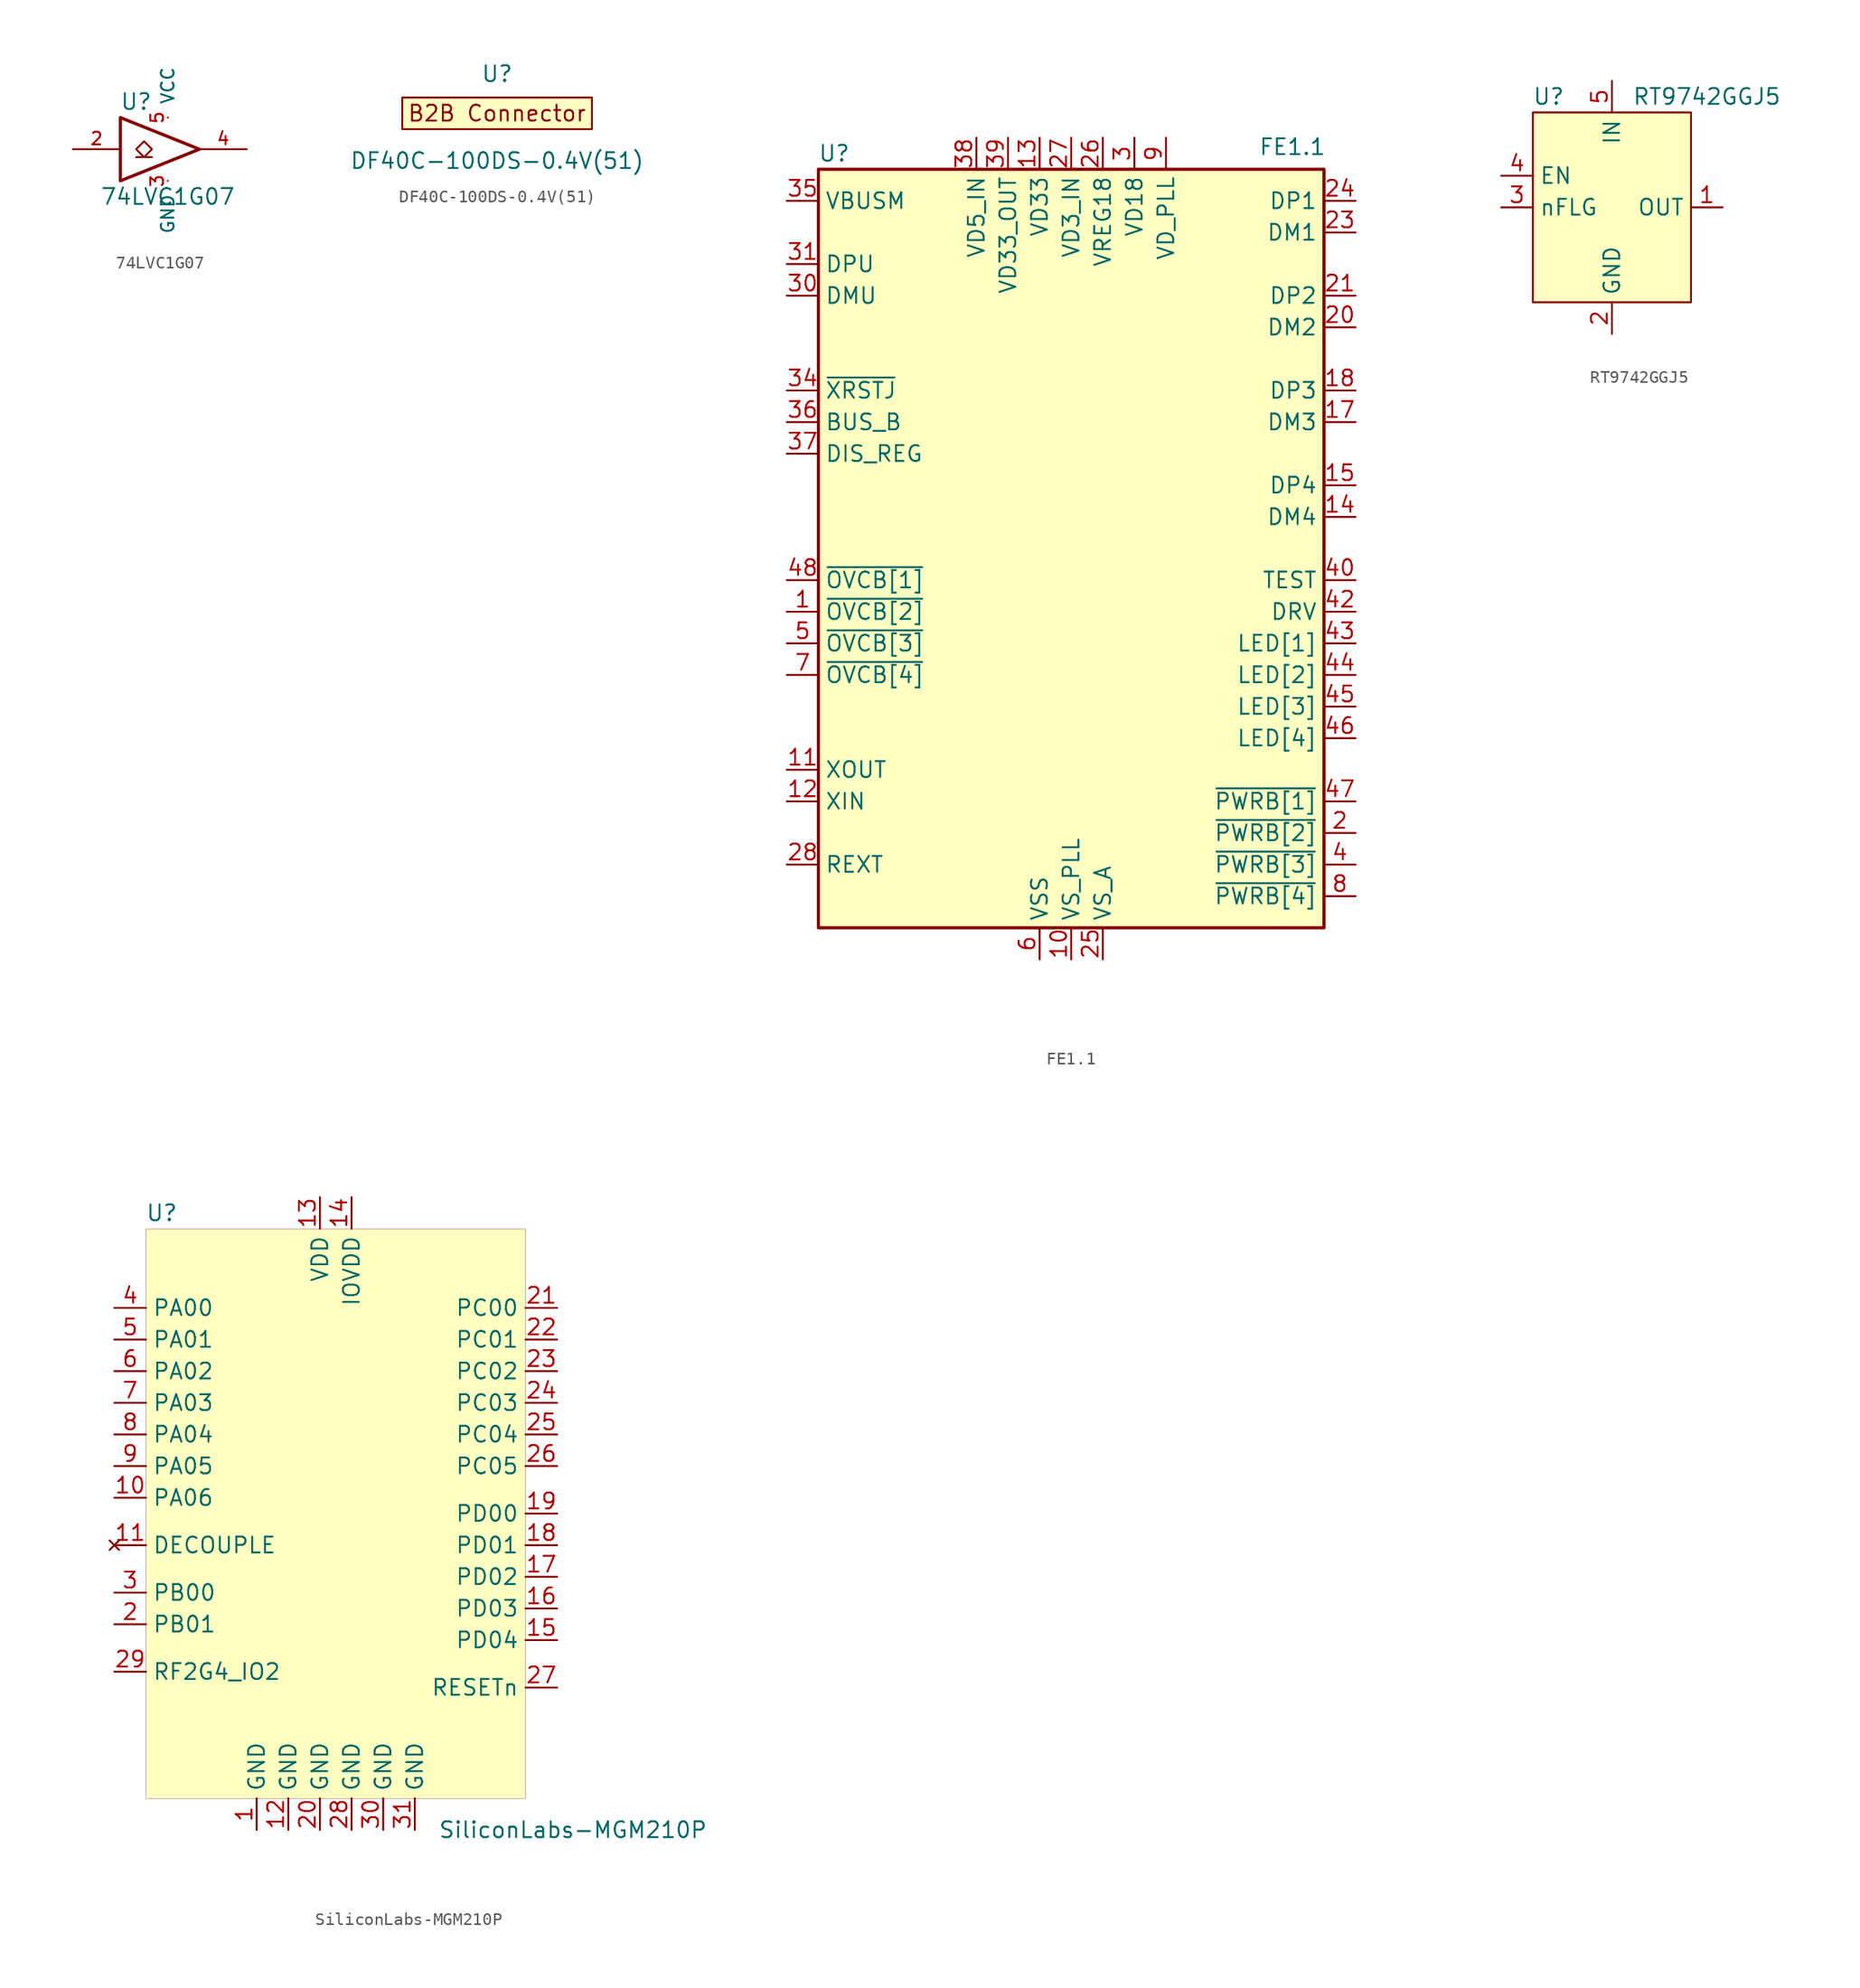
<source format=kicad_sym>
(kicad_symbol_lib
  (version 20231120)
  (generator "kicad_symbol_editor")
  (generator_version "8.0")
  (symbol "74LVC1G07"
    (pin_names
      (offset 1.016))
    (property "Reference" "U"
      (at -2.54 3.81 0)
      (effects (font (size 1.27 1.27))))
    (property "Value" "74LVC1G07"
      (at 0 -3.81 0)
      (effects (font (size 1.27 1.27))))
    (symbol "74LVC1G07_0_1"
      (polyline (pts (xy -2.54 -0.635) (xy -1.27 -0.635)) (stroke (width 0) (type default)) (fill (type none)))
      (polyline (pts (xy -3.81 2.54) (xy -3.81 -2.54) (xy 2.54 0) (xy -3.81 2.54)) (stroke (width 0.254) (type default)) (fill (type none)))
      (polyline (pts (xy -1.905 0.635) (xy -2.54 0) (xy -1.905 -0.635) (xy -1.27 0) (xy -1.905 0.635)) (stroke (width 0) (type default)) (fill (type none))))
    (symbol "74LVC1G07_1_1"
      (pin input line (at -7.62 0 0) (length 3.81) (name "~" (effects (font (size 1.016 1.016)))) (number "2" (effects (font (size 1.016 1.016)))))
      (pin power_in line (at 0 -2.54 270) (length 0) (name "GND" (effects (font (size 1.016 1.016)))) (number "3" (effects (font (size 1.016 1.016)))))
      (pin open_collector line (at 6.35 0 180) (length 3.81) (name "~" (effects (font (size 1.016 1.016)))) (number "4" (effects (font (size 1.016 1.016)))))
      (pin power_in line (at 0 2.54 90) (length 0) (name "VCC" (effects (font (size 1.016 1.016)))) (number "5" (effects (font (size 1.016 1.016)))))))
  (symbol "DF40C-100DS-0.4V(51)"
    (property "Reference" "U"
      (at 0 3.175 0)
      (effects (font (size 1.27 1.27))))
    (property "Value" "DF40C-100DS-0.4V(51)"
      (at 0 -3.81 0)
      (effects (font (size 1.27 1.27))))
    (symbol "DF40C-100DS-0.4V(51)_0_0"
      (text "B2B Connector" (at 0 0 0) (effects (font (size 1.27 1.27)))))
    (symbol "DF40C-100DS-0.4V(51)_0_1"
      (rectangle (start -7.62 1.27) (end 7.62 -1.27) (stroke (width 0) (type default)) (fill (type background)))))
  (symbol "FE1.1"
    (property "Reference" "U"
      (at -19.05 31.75 0)
      (effects (font (size 1.27 1.27))))
    (property "Value" "FE1.1"
      (at 17.78 33.02 0)
      (effects (font (size 1.27 1.27)) (justify top)))
    (symbol "FE1.1_0_1"
      (rectangle (start -20.32 30.48) (end 20.32 -30.48) (stroke (width 0.254) (type default)) (fill (type background))))
    (symbol "FE1.1_1_1"
      (pin input line (at -22.86 -5.08 0) (length 2.54) (name "~{OVCB[2]}" (effects (font (size 1.27 1.27)))) (number "1" (effects (font (size 1.27 1.27)))))
      (pin power_in line (at 0 -33.02 90) (length 2.54) (name "VS_PLL" (effects (font (size 1.27 1.27)))) (number "10" (effects (font (size 1.27 1.27)))))
      (pin output line (at -22.86 -17.78 0) (length 2.54) (name "XOUT" (effects (font (size 1.27 1.27)))) (number "11" (effects (font (size 1.27 1.27)))))
      (pin input line (at -22.86 -20.32 0) (length 2.54) (name "XIN" (effects (font (size 1.27 1.27)))) (number "12" (effects (font (size 1.27 1.27)))))
      (pin power_in line (at -2.54 33.02 270) (length 2.54) (name "VD33" (effects (font (size 1.27 1.27)))) (number "13" (effects (font (size 1.27 1.27)))))
      (pin bidirectional line (at 22.86 2.54 180) (length 2.54) (name "DM4" (effects (font (size 1.27 1.27)))) (number "14" (effects (font (size 1.27 1.27)))))
      (pin bidirectional line (at 22.86 5.08 180) (length 2.54) (name "DP4" (effects (font (size 1.27 1.27)))) (number "15" (effects (font (size 1.27 1.27)))))
      (pin power_in line (at -2.54 -33.02 90) (length 2.54) hide (name "VSS" (effects (font (size 1.27 1.27)))) (number "16" (effects (font (size 1.27 1.27)))))
      (pin bidirectional line (at 22.86 10.16 180) (length 2.54) (name "DM3" (effects (font (size 1.27 1.27)))) (number "17" (effects (font (size 1.27 1.27)))))
      (pin bidirectional line (at 22.86 12.7 180) (length 2.54) (name "DP3" (effects (font (size 1.27 1.27)))) (number "18" (effects (font (size 1.27 1.27)))))
      (pin power_in line (at -2.54 33.02 270) (length 2.54) hide (name "VD33" (effects (font (size 1.27 1.27)))) (number "19" (effects (font (size 1.27 1.27)))))
      (pin output line (at 22.86 -22.86 180) (length 2.54) (name "~{PWRB[2]}" (effects (font (size 1.27 1.27)))) (number "2" (effects (font (size 1.27 1.27)))))
      (pin bidirectional line (at 22.86 17.78 180) (length 2.54) (name "DM2" (effects (font (size 1.27 1.27)))) (number "20" (effects (font (size 1.27 1.27)))))
      (pin bidirectional line (at 22.86 20.32 180) (length 2.54) (name "DP2" (effects (font (size 1.27 1.27)))) (number "21" (effects (font (size 1.27 1.27)))))
      (pin power_in line (at -2.54 -33.02 90) (length 2.54) hide (name "VSS" (effects (font (size 1.27 1.27)))) (number "22" (effects (font (size 1.27 1.27)))))
      (pin bidirectional line (at 22.86 25.4 180) (length 2.54) (name "DM1" (effects (font (size 1.27 1.27)))) (number "23" (effects (font (size 1.27 1.27)))))
      (pin bidirectional line (at 22.86 27.94 180) (length 2.54) (name "DP1" (effects (font (size 1.27 1.27)))) (number "24" (effects (font (size 1.27 1.27)))))
      (pin power_in line (at 2.54 -33.02 90) (length 2.54) (name "VS_A" (effects (font (size 1.27 1.27)))) (number "25" (effects (font (size 1.27 1.27)))))
      (pin power_out line (at 2.54 33.02 270) (length 2.54) (name "VREG18" (effects (font (size 1.27 1.27)))) (number "26" (effects (font (size 1.27 1.27)))))
      (pin power_in line (at 0 33.02 270) (length 2.54) (name "VD3_IN" (effects (font (size 1.27 1.27)))) (number "27" (effects (font (size 1.27 1.27)))))
      (pin passive line (at -22.86 -25.4 0) (length 2.54) (name "REXT" (effects (font (size 1.27 1.27)))) (number "28" (effects (font (size 1.27 1.27)))))
      (pin power_in line (at 5.08 33.02 270) (length 2.54) hide (name "VD18" (effects (font (size 1.27 1.27)))) (number "29" (effects (font (size 1.27 1.27)))))
      (pin power_in line (at 5.08 33.02 270) (length 2.54) (name "VD18" (effects (font (size 1.27 1.27)))) (number "3" (effects (font (size 1.27 1.27)))))
      (pin bidirectional line (at -22.86 20.32 0) (length 2.54) (name "DMU" (effects (font (size 1.27 1.27)))) (number "30" (effects (font (size 1.27 1.27)))))
      (pin bidirectional line (at -22.86 22.86 0) (length 2.54) (name "DPU" (effects (font (size 1.27 1.27)))) (number "31" (effects (font (size 1.27 1.27)))))
      (pin power_in line (at -2.54 33.02 270) (length 2.54) hide (name "VD33" (effects (font (size 1.27 1.27)))) (number "32" (effects (font (size 1.27 1.27)))))
      (pin power_in line (at -2.54 -33.02 90) (length 2.54) hide (name "VSS" (effects (font (size 1.27 1.27)))) (number "33" (effects (font (size 1.27 1.27)))))
      (pin input line (at -22.86 12.7 0) (length 2.54) (name "~{XRSTJ}" (effects (font (size 1.27 1.27)))) (number "34" (effects (font (size 1.27 1.27)))))
      (pin input line (at -22.86 27.94 0) (length 2.54) (name "VBUSM" (effects (font (size 1.27 1.27)))) (number "35" (effects (font (size 1.27 1.27)))))
      (pin input line (at -22.86 10.16 0) (length 2.54) (name "BUS_B" (effects (font (size 1.27 1.27)))) (number "36" (effects (font (size 1.27 1.27)))))
      (pin input line (at -22.86 7.62 0) (length 2.54) (name "DIS_REG" (effects (font (size 1.27 1.27)))) (number "37" (effects (font (size 1.27 1.27)))))
      (pin power_in line (at -7.62 33.02 270) (length 2.54) (name "VD5_IN" (effects (font (size 1.27 1.27)))) (number "38" (effects (font (size 1.27 1.27)))))
      (pin power_out line (at -5.08 33.02 270) (length 2.54) (name "VD33_OUT" (effects (font (size 1.27 1.27)))) (number "39" (effects (font (size 1.27 1.27)))))
      (pin output line (at 22.86 -25.4 180) (length 2.54) (name "~{PWRB[3]}" (effects (font (size 1.27 1.27)))) (number "4" (effects (font (size 1.27 1.27)))))
      (pin bidirectional line (at 22.86 -2.54 180) (length 2.54) (name "TEST" (effects (font (size 1.27 1.27)))) (number "40" (effects (font (size 1.27 1.27)))))
      (pin power_in line (at -2.54 33.02 270) (length 2.54) hide (name "VD33" (effects (font (size 1.27 1.27)))) (number "41" (effects (font (size 1.27 1.27)))))
      (pin bidirectional line (at 22.86 -5.08 180) (length 2.54) (name "DRV" (effects (font (size 1.27 1.27)))) (number "42" (effects (font (size 1.27 1.27)))))
      (pin bidirectional line (at 22.86 -7.62 180) (length 2.54) (name "LED[1]" (effects (font (size 1.27 1.27)))) (number "43" (effects (font (size 1.27 1.27)))))
      (pin bidirectional line (at 22.86 -10.16 180) (length 2.54) (name "LED[2]" (effects (font (size 1.27 1.27)))) (number "44" (effects (font (size 1.27 1.27)))))
      (pin bidirectional line (at 22.86 -12.7 180) (length 2.54) (name "LED[3]" (effects (font (size 1.27 1.27)))) (number "45" (effects (font (size 1.27 1.27)))))
      (pin bidirectional line (at 22.86 -15.24 180) (length 2.54) (name "LED[4]" (effects (font (size 1.27 1.27)))) (number "46" (effects (font (size 1.27 1.27)))))
      (pin output line (at 22.86 -20.32 180) (length 2.54) (name "~{PWRB[1]}" (effects (font (size 1.27 1.27)))) (number "47" (effects (font (size 1.27 1.27)))))
      (pin input line (at -22.86 -2.54 0) (length 2.54) (name "~{OVCB[1]}" (effects (font (size 1.27 1.27)))) (number "48" (effects (font (size 1.27 1.27)))))
      (pin input line (at -22.86 -7.62 0) (length 2.54) (name "~{OVCB[3]}" (effects (font (size 1.27 1.27)))) (number "5" (effects (font (size 1.27 1.27)))))
      (pin power_in line (at -2.54 -33.02 90) (length 2.54) (name "VSS" (effects (font (size 1.27 1.27)))) (number "6" (effects (font (size 1.27 1.27)))))
      (pin input line (at -22.86 -10.16 0) (length 2.54) (name "~{OVCB[4]}" (effects (font (size 1.27 1.27)))) (number "7" (effects (font (size 1.27 1.27)))))
      (pin output line (at 22.86 -27.94 180) (length 2.54) (name "~{PWRB[4]}" (effects (font (size 1.27 1.27)))) (number "8" (effects (font (size 1.27 1.27)))))
      (pin power_in line (at 7.62 33.02 270) (length 2.54) (name "VD_PLL" (effects (font (size 1.27 1.27)))) (number "9" (effects (font (size 1.27 1.27)))))))
  (symbol "RT9742GGJ5"
    (property "Reference" "U"
      (at -5.08 8.89 0)
      (effects (font (size 1.27 1.27))))
    (property "Value" "RT9742GGJ5"
      (at 7.62 8.89 0)
      (effects (font (size 1.27 1.27))))
    (symbol "RT9742GGJ5_0_0"
      (pin power_out line (at 8.89 0 180) (length 2.54) (name "OUT" (effects (font (size 1.27 1.27)))) (number "1" (effects (font (size 1.27 1.27)))))
      (pin power_in line (at 0 -10.16 90) (length 2.54) (name "GND" (effects (font (size 1.27 1.27)))) (number "2" (effects (font (size 1.27 1.27)))))
      (pin open_collector line (at -8.89 0 0) (length 2.54) (name "nFLG" (effects (font (size 1.27 1.27)))) (number "3" (effects (font (size 1.27 1.27)))))
      (pin input line (at -8.89 2.54 0) (length 2.54) (name "EN" (effects (font (size 1.27 1.27)))) (number "4" (effects (font (size 1.27 1.27)))))
      (pin power_in line (at 0 10.16 270) (length 2.54) (name "IN" (effects (font (size 1.27 1.27)))) (number "5" (effects (font (size 1.27 1.27))))))
    (symbol "RT9742GGJ5_0_1"
      (rectangle (start -6.35 7.62) (end 6.35 -7.62) (stroke (width 0) (type default)) (fill (type background)))))
  (symbol "SiliconLabs-MGM210P"
    (property "Reference" "U"
      (at -13.97 24.13 0)
      (effects (font (size 1.27 1.27))))
    (property "Value" "SiliconLabs-MGM210P"
      (at 19.05 -25.4 0)
      (effects (font (size 1.27 1.27))))
    (symbol "SiliconLabs-MGM210P_0_1"
      (rectangle (start -15.24 22.86) (end 15.24 -22.86) (stroke (width 0.001) (type default)) (fill (type background))))
    (symbol "SiliconLabs-MGM210P_1_1"
      (pin power_in line (at -6.35 -25.4 90) (length 2.54) (name "GND" (effects (font (size 1.27 1.27)))) (number "1" (effects (font (size 1.27 1.27)))))
      (pin bidirectional line (at -17.78 1.27 0) (length 2.54) (name "PA06" (effects (font (size 1.27 1.27)))) (number "10" (effects (font (size 1.27 1.27)))))
      (pin no_connect line (at -17.78 -2.54 0) (length 2.54) (name "DECOUPLE" (effects (font (size 1.27 1.27)))) (number "11" (effects (font (size 1.27 1.27)))))
      (pin power_in line (at -3.81 -25.4 90) (length 2.54) (name "GND" (effects (font (size 1.27 1.27)))) (number "12" (effects (font (size 1.27 1.27)))))
      (pin power_in line (at -1.27 25.4 270) (length 2.54) (name "VDD" (effects (font (size 1.27 1.27)))) (number "13" (effects (font (size 1.27 1.27)))))
      (pin power_in line (at 1.27 25.4 270) (length 2.54) (name "IOVDD" (effects (font (size 1.27 1.27)))) (number "14" (effects (font (size 1.27 1.27)))))
      (pin bidirectional line (at 17.78 -10.16 180) (length 2.54) (name "PD04" (effects (font (size 1.27 1.27)))) (number "15" (effects (font (size 1.27 1.27)))))
      (pin bidirectional line (at 17.78 -7.62 180) (length 2.54) (name "PD03" (effects (font (size 1.27 1.27)))) (number "16" (effects (font (size 1.27 1.27)))))
      (pin bidirectional line (at 17.78 -5.08 180) (length 2.54) (name "PD02" (effects (font (size 1.27 1.27)))) (number "17" (effects (font (size 1.27 1.27)))))
      (pin bidirectional line (at 17.78 -2.54 180) (length 2.54) (name "PD01" (effects (font (size 1.27 1.27)))) (number "18" (effects (font (size 1.27 1.27)))))
      (pin bidirectional line (at 17.78 0 180) (length 2.54) (name "PD00" (effects (font (size 1.27 1.27)))) (number "19" (effects (font (size 1.27 1.27)))))
      (pin bidirectional line (at -17.78 -8.89 0) (length 2.54) (name "PB01" (effects (font (size 1.27 1.27)))) (number "2" (effects (font (size 1.27 1.27)))))
      (pin power_in line (at -1.27 -25.4 90) (length 2.54) (name "GND" (effects (font (size 1.27 1.27)))) (number "20" (effects (font (size 1.27 1.27)))))
      (pin bidirectional line (at 17.78 16.51 180) (length 2.54) (name "PC00" (effects (font (size 1.27 1.27)))) (number "21" (effects (font (size 1.27 1.27)))))
      (pin bidirectional line (at 17.78 13.97 180) (length 2.54) (name "PC01" (effects (font (size 1.27 1.27)))) (number "22" (effects (font (size 1.27 1.27)))))
      (pin bidirectional line (at 17.78 11.43 180) (length 2.54) (name "PC02" (effects (font (size 1.27 1.27)))) (number "23" (effects (font (size 1.27 1.27)))))
      (pin bidirectional line (at 17.78 8.89 180) (length 2.54) (name "PC03" (effects (font (size 1.27 1.27)))) (number "24" (effects (font (size 1.27 1.27)))))
      (pin bidirectional line (at 17.78 6.35 180) (length 2.54) (name "PC04" (effects (font (size 1.27 1.27)))) (number "25" (effects (font (size 1.27 1.27)))))
      (pin bidirectional line (at 17.78 3.81 180) (length 2.54) (name "PC05" (effects (font (size 1.27 1.27)))) (number "26" (effects (font (size 1.27 1.27)))))
      (pin bidirectional line (at 17.78 -13.97 180) (length 2.54) (name "RESETn" (effects (font (size 1.27 1.27)))) (number "27" (effects (font (size 1.27 1.27)))))
      (pin power_in line (at 1.27 -25.4 90) (length 2.54) (name "GND" (effects (font (size 1.27 1.27)))) (number "28" (effects (font (size 1.27 1.27)))))
      (pin input line (at -17.78 -12.7 0) (length 2.54) (name "RF2G4_IO2" (effects (font (size 1.27 1.27)))) (number "29" (effects (font (size 1.27 1.27)))))
      (pin bidirectional line (at -17.78 -6.35 0) (length 2.54) (name "PB00" (effects (font (size 1.27 1.27)))) (number "3" (effects (font (size 1.27 1.27)))))
      (pin power_in line (at 3.81 -25.4 90) (length 2.54) (name "GND" (effects (font (size 1.27 1.27)))) (number "30" (effects (font (size 1.27 1.27)))))
      (pin power_in line (at 6.35 -25.4 90) (length 2.54) (name "GND" (effects (font (size 1.27 1.27)))) (number "31" (effects (font (size 1.27 1.27)))))
      (pin bidirectional line (at -17.78 16.51 0) (length 2.54) (name "PA00" (effects (font (size 1.27 1.27)))) (number "4" (effects (font (size 1.27 1.27)))))
      (pin bidirectional line (at -17.78 13.97 0) (length 2.54) (name "PA01" (effects (font (size 1.27 1.27)))) (number "5" (effects (font (size 1.27 1.27)))))
      (pin bidirectional line (at -17.78 11.43 0) (length 2.54) (name "PA02" (effects (font (size 1.27 1.27)))) (number "6" (effects (font (size 1.27 1.27)))))
      (pin bidirectional line (at -17.78 8.89 0) (length 2.54) (name "PA03" (effects (font (size 1.27 1.27)))) (number "7" (effects (font (size 1.27 1.27)))))
      (pin bidirectional line (at -17.78 6.35 0) (length 2.54) (name "PA04" (effects (font (size 1.27 1.27)))) (number "8" (effects (font (size 1.27 1.27)))))
      (pin bidirectional line (at -17.78 3.81 0) (length 2.54) (name "PA05" (effects (font (size 1.27 1.27)))) (number "9" (effects (font (size 1.27 1.27))))))))
</source>
